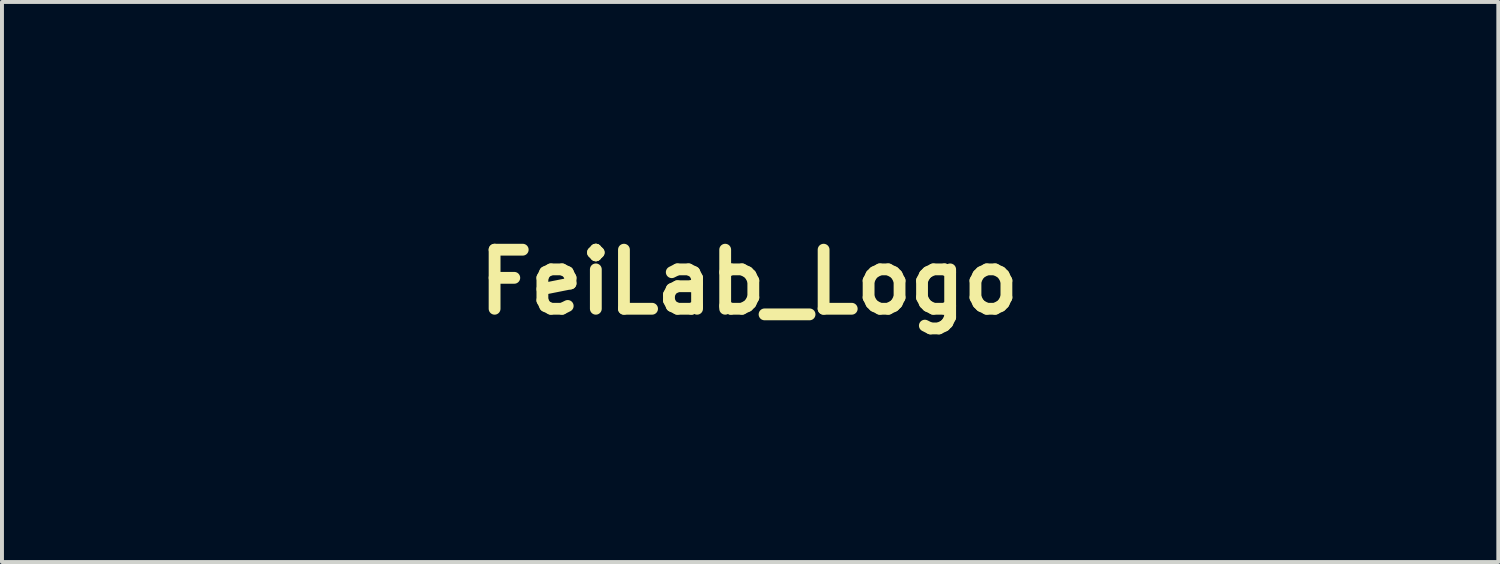
<source format=kicad_pcb>
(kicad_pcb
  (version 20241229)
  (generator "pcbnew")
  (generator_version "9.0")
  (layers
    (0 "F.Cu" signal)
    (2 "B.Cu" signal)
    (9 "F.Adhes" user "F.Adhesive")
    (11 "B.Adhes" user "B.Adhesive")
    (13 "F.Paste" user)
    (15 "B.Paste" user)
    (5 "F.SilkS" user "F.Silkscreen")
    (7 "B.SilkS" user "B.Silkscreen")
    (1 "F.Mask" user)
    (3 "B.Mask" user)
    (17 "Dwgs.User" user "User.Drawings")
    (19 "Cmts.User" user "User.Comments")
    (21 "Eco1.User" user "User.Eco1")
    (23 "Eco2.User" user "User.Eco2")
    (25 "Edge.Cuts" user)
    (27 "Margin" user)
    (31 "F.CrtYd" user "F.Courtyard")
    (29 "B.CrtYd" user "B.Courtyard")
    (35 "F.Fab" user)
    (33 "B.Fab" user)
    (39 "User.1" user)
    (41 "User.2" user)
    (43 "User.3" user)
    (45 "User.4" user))
  (footprint "FeiLab_Logo"
    (layer "F.Cu")
    (at 15.977 4.114)
    (property "Reference" "FeiLab_Logo" (at 0 0 0) (layer "F.SilkS") (effects (font (size 1.5 1.5) (thickness 0.3))))
    (attr board_only exclude_from_pos_files exclude_from_bom)
    (fp_poly (pts (xy -2.383 1.76) (xy -2.383 4.062) (xy -3.006 4.062) (xy -3.629 4.062) (xy -3.629 1.76) (xy -3.629 -0.542) (xy -3.006 -0.542) (xy -2.383 -0.542)) (stroke (width 0) (type solid)) (fill yes) (layer "F.Mask"))
    (fp_poly (pts (xy 12.37 2.91) (xy 12.376 2.926) (xy 12.369 3.043) (xy 12.284 3.141) (xy 12.169 3.227) (xy 12.115 3.232) (xy 12.111 3.153) (xy 12.119 3.101) (xy 12.169 2.935) (xy 12.238 2.841) (xy 12.31 2.829)) (stroke (width 0) (type solid)) (fill yes) (layer "F.Mask"))
    (fp_poly (pts (xy -1.408 1.516) (xy -1.408 3.52) (xy -0.298 3.52) (xy 0.812 3.52) (xy 0.812 3.761) (xy 0.804 3.909) (xy 0.783 4.004) (xy 0.772 4.018) (xy 0.709 4.022) (xy 0.552 4.025) (xy 0.317 4.026) (xy 0.019 4.025) (xy -0.327 4.023) (xy -0.636 4.02) (xy -2.004 4.006) (xy -2.004 1.759) (xy -2.004 -0.487) (xy -1.706 -0.487) (xy -1.408 -0.487)) (stroke (width 0) (type solid)) (fill yes) (layer "F.Mask"))
    (fp_poly (pts (xy 9.524 2.971) (xy 9.558 3.083) (xy 9.559 3.086) (xy 9.599 3.211) (xy 9.644 3.279) (xy 9.68 3.35) (xy 9.694 3.473) (xy 9.714 3.631) (xy 9.753 3.745) (xy 9.793 3.85) (xy 9.76 3.874) (xy 9.656 3.818) (xy 9.655 3.817) (xy 9.523 3.688) (xy 9.407 3.514) (xy 9.332 3.337) (xy 9.317 3.243) (xy 9.343 3.121) (xy 9.403 3.002) (xy 9.472 2.93) (xy 9.493 2.925)) (stroke (width 0) (type solid)) (fill yes) (layer "F.Mask"))
    (fp_poly (pts (xy -12.619 0.068) (xy -12.619 0.677) (xy -13.648 0.661) (xy -14.677 0.645) (xy -14.677 0.891) (xy -14.677 1.137) (xy -13.783 1.137) (xy -12.89 1.137) (xy -12.89 1.733) (xy -12.89 2.329) (xy -13.783 2.329) (xy -14.677 2.329) (xy -14.677 2.667) (xy -14.681 2.879) (xy -14.691 3.152) (xy -14.706 3.436) (xy -14.712 3.534) (xy -14.747 4.062) (xy -15.362 4.062) (xy -15.977 4.062) (xy -15.977 1.76) (xy -15.977 -0.542) (xy -14.298 -0.542) (xy -12.619 -0.542)) (stroke (width 0) (type solid)) (fill yes) (layer "F.Mask"))
    (fp_poly (pts (xy -4.17 0.054) (xy -4.17 0.65) (xy -5.307 0.65) (xy -6.445 0.65) (xy -6.445 0.894) (xy -6.445 1.137) (xy -5.389 1.137) (xy -4.333 1.137) (xy -4.333 1.733) (xy -4.333 2.329) (xy -5.389 2.329) (xy -6.445 2.329) (xy -6.445 2.6) (xy -6.445 2.87) (xy -5.253 2.87) (xy -4.062 2.87) (xy -4.062 3.466) (xy -4.062 4.062) (xy -5.876 4.062) (xy -7.69 4.062) (xy -7.69 1.76) (xy -7.69 -0.542) (xy -5.93 -0.542) (xy -4.17 -0.542)) (stroke (width 0) (type solid)) (fill yes) (layer "F.Mask"))
    (fp_poly (pts (xy 11.478 2.798) (xy 11.552 2.925) (xy 11.573 3.036) (xy 11.571 3.044) (xy 11.574 3.141) (xy 11.599 3.174) (xy 11.63 3.245) (xy 11.623 3.28) (xy 11.627 3.365) (xy 11.646 3.386) (xy 11.698 3.463) (xy 11.645 3.563) (xy 11.487 3.685) (xy 11.407 3.733) (xy 11.19 3.844) (xy 11.035 3.895) (xy 10.952 3.884) (xy 10.94 3.852) (xy 10.977 3.782) (xy 11.024 3.735) (xy 11.072 3.663) (xy 11.051 3.631) (xy 11.024 3.557) (xy 11.057 3.409) (xy 11.106 3.261) (xy 11.143 3.148) (xy 11.145 3.141) (xy 11.176 3.01) (xy 11.181 2.975) (xy 11.219 2.867) (xy 11.276 2.769) (xy 11.361 2.648)) (stroke (width 0) (type solid)) (fill yes) (layer "F.Mask"))
    (fp_poly (pts (xy 10.558 2.866) (xy 10.633 3.029) (xy 10.7 3.216) (xy 10.752 3.397) (xy 10.781 3.543) (xy 10.777 3.626) (xy 10.772 3.632) (xy 10.761 3.687) (xy 10.803 3.735) (xy 10.856 3.812) (xy 10.826 3.879) (xy 10.796 3.944) (xy 10.811 3.96) (xy 10.818 3.974) (xy 10.746 3.996) (xy 10.626 4.021) (xy 10.486 4.042) (xy 10.355 4.055) (xy 10.34 4.055) (xy 10.21 4.052) (xy 10.157 4.011) (xy 10.146 3.908) (xy 10.146 3.899) (xy 10.16 3.785) (xy 10.196 3.737) (xy 10.197 3.737) (xy 10.223 3.693) (xy 10.214 3.605) (xy 10.209 3.492) (xy 10.238 3.438) (xy 10.27 3.365) (xy 10.261 3.299) (xy 10.259 3.214) (xy 10.29 3.195) (xy 10.328 3.154) (xy 10.322 3.101) (xy 10.332 2.992) (xy 10.393 2.875) (xy 10.493 2.744)) (stroke (width 0) (type solid)) (fill yes) (layer "F.Mask"))
    (fp_poly (pts (xy -10.791 -0.532) (xy -10.371 -0.525) (xy -10.045 -0.517) (xy -9.796 -0.508) (xy -9.609 -0.496) (xy -9.469 -0.479) (xy -9.361 -0.456) (xy -9.269 -0.426) (xy -9.18 -0.388) (xy -8.991 -0.288) (xy -8.819 -0.172) (xy -8.755 -0.119) (xy -8.533 0.163) (xy -8.392 0.493) (xy -8.335 0.851) (xy -8.361 1.212) (xy -8.47 1.557) (xy -8.665 1.861) (xy -8.702 1.903) (xy -8.836 2.045) (xy -8.677 2.363) (xy -8.582 2.571) (xy -8.477 2.833) (xy -8.382 3.096) (xy -8.367 3.141) (xy -8.285 3.383) (xy -8.201 3.615) (xy -8.132 3.797) (xy -8.117 3.832) (xy -8.019 4.062) (xy -8.715 4.062) (xy -9.412 4.062) (xy -9.448 3.913) (xy -9.506 3.709) (xy -9.59 3.465) (xy -9.688 3.208) (xy -9.79 2.962) (xy -9.886 2.753) (xy -9.965 2.607) (xy -10.001 2.559) (xy -10.084 2.493) (xy -10.188 2.455) (xy -10.344 2.44) (xy -10.504 2.437) (xy -10.886 2.437) (xy -10.886 3.249) (xy -10.886 4.062) (xy -11.509 4.062) (xy -12.131 4.062) (xy -12.131 1.755) (xy -12.131 0.948) (xy -10.886 0.948) (xy -10.886 1.246) (xy -10.412 1.24) (xy -10.179 1.234) (xy -9.973 1.22) (xy -9.83 1.203) (xy -9.803 1.197) (xy -9.709 1.15) (xy -9.663 1.053) (xy -9.65 0.951) (xy -9.656 0.785) (xy -9.704 0.697) (xy -9.786 0.678) (xy -9.949 0.662) (xy -10.168 0.653) (xy -10.331 0.651) (xy -10.886 0.65) (xy -10.886 0.948) (xy -12.131 0.948) (xy -12.131 -0.553)) (stroke (width 0) (type solid)) (fill yes) (layer "F.Mask"))
    (fp_poly (pts (xy 3.067 0.67) (xy 3.432 0.745) (xy 3.721 0.893) (xy 3.931 1.112) (xy 4.059 1.393) (xy 4.076 1.509) (xy 4.091 1.715) (xy 4.103 1.993) (xy 4.111 2.326) (xy 4.115 2.694) (xy 4.116 2.816) (xy 4.116 4.035) (xy 3.845 4.035) (xy 3.685 4.031) (xy 3.605 4.009) (xy 3.577 3.953) (xy 3.574 3.886) (xy 3.57 3.785) (xy 3.542 3.748) (xy 3.468 3.772) (xy 3.327 3.857) (xy 3.312 3.867) (xy 2.99 4.017) (xy 2.627 4.1) (xy 2.261 4.111) (xy 1.991 4.062) (xy 1.763 3.964) (xy 1.556 3.826) (xy 1.408 3.672) (xy 1.38 3.626) (xy 1.319 3.428) (xy 1.3 3.18) (xy 1.306 3.111) (xy 1.876 3.111) (xy 1.913 3.331) (xy 2.017 3.487) (xy 2.198 3.591) (xy 2.434 3.64) (xy 2.705 3.632) (xy 2.991 3.563) (xy 3.122 3.509) (xy 3.326 3.4) (xy 3.45 3.284) (xy 3.513 3.131) (xy 3.534 2.91) (xy 3.534 2.831) (xy 3.534 2.464) (xy 3.053 2.476) (xy 2.641 2.512) (xy 2.314 2.596) (xy 2.075 2.726) (xy 1.927 2.899) (xy 1.876 3.111) (xy 1.306 3.111) (xy 1.321 2.928) (xy 1.38 2.719) (xy 1.404 2.674) (xy 1.583 2.453) (xy 1.827 2.282) (xy 2.146 2.155) (xy 2.55 2.069) (xy 3.024 2.021) (xy 3.584 1.987) (xy 3.547 1.738) (xy 3.513 1.564) (xy 3.471 1.424) (xy 3.456 1.39) (xy 3.341 1.277) (xy 3.149 1.195) (xy 2.911 1.148) (xy 2.655 1.141) (xy 2.41 1.179) (xy 2.302 1.215) (xy 2.113 1.351) (xy 2.02 1.494) (xy 1.955 1.614) (xy 1.885 1.673) (xy 1.773 1.693) (xy 1.652 1.694) (xy 1.381 1.692) (xy 1.396 1.513) (xy 1.47 1.247) (xy 1.637 1.025) (xy 1.893 0.852) (xy 2.23 0.731) (xy 2.631 0.669)) (stroke (width 0) (type solid)) (fill yes) (layer "F.Mask"))
    (fp_poly (pts (xy 5.578 0.298) (xy 5.58 0.576) (xy 5.586 0.81) (xy 5.595 0.982) (xy 5.606 1.074) (xy 5.611 1.083) (xy 5.669 1.051) (xy 5.775 0.972) (xy 5.814 0.94) (xy 6.103 0.748) (xy 6.4 0.661) (xy 6.722 0.675) (xy 6.945 0.735) (xy 7.251 0.894) (xy 7.505 1.136) (xy 7.7 1.447) (xy 7.83 1.812) (xy 7.887 2.215) (xy 7.864 2.642) (xy 7.853 2.709) (xy 7.736 3.151) (xy 7.557 3.52) (xy 7.323 3.807) (xy 7.038 4.004) (xy 7.014 4.015) (xy 6.81 4.075) (xy 6.556 4.107) (xy 6.296 4.108) (xy 6.077 4.077) (xy 6.019 4.058) (xy 5.884 3.99) (xy 5.737 3.897) (xy 5.735 3.895) (xy 5.631 3.825) (xy 5.587 3.816) (xy 5.578 3.87) (xy 5.578 3.89) (xy 5.561 3.956) (xy 5.493 3.993) (xy 5.349 4.013) (xy 5.303 4.016) (xy 5.142 4.023) (xy 5.032 4.019) (xy 5.005 4.012) (xy 5 3.955) (xy 4.996 3.801) (xy 4.992 3.561) (xy 4.988 3.248) (xy 4.986 2.871) (xy 4.984 2.444) (xy 4.984 2.437) (xy 5.578 2.437) (xy 5.581 2.717) (xy 5.587 2.963) (xy 5.597 3.152) (xy 5.609 3.262) (xy 5.612 3.274) (xy 5.685 3.356) (xy 5.829 3.453) (xy 6.011 3.545) (xy 6.199 3.616) (xy 6.255 3.631) (xy 6.521 3.643) (xy 6.802 3.556) (xy 6.832 3.541) (xy 6.94 3.45) (xy 7.053 3.299) (xy 7.103 3.21) (xy 7.161 3.078) (xy 7.198 2.946) (xy 7.22 2.785) (xy 7.229 2.566) (xy 7.23 2.356) (xy 7.228 2.084) (xy 7.218 1.893) (xy 7.195 1.755) (xy 7.156 1.641) (xy 7.095 1.525) (xy 7.095 1.525) (xy 6.916 1.296) (xy 6.698 1.168) (xy 6.444 1.142) (xy 6.155 1.218) (xy 6.084 1.25) (xy 5.908 1.357) (xy 5.751 1.486) (xy 5.715 1.525) (xy 5.66 1.595) (xy 5.623 1.666) (xy 5.599 1.758) (xy 5.585 1.894) (xy 5.58 2.093) (xy 5.578 2.376) (xy 5.578 2.437) (xy 4.984 2.437) (xy 4.983 1.977) (xy 4.983 1.751) (xy 4.983 -0.487) (xy 5.28 -0.487) (xy 5.578 -0.487)) (stroke (width 0) (type solid)) (fill yes) (layer "F.Mask"))
    (fp_poly (pts (xy 8.571 -4.111) (xy 9.107 -4.104) (xy 9.595 -4.095) (xy 10.018 -4.082) (xy 10.355 -4.065) (xy 10.425 -4.06) (xy 11.429 -3.969) (xy 12.34 -3.846) (xy 13.158 -3.694) (xy 13.879 -3.512) (xy 14.503 -3.3) (xy 15.027 -3.061) (xy 15.449 -2.793) (xy 15.597 -2.671) (xy 15.811 -2.452) (xy 15.943 -2.238) (xy 16.012 -1.992) (xy 16.031 -1.681) (xy 16.023 -1.489) (xy 15.996 -1.311) (xy 15.94 -1.134) (xy 15.85 -0.941) (xy 15.718 -0.72) (xy 15.535 -0.455) (xy 15.296 -0.133) (xy 15.08 0.147) (xy 14.738 0.581) (xy 14.443 0.944) (xy 14.198 1.233) (xy 14.007 1.443) (xy 13.871 1.572) (xy 13.793 1.617) (xy 13.781 1.613) (xy 13.777 1.545) (xy 13.806 1.495) (xy 13.841 1.415) (xy 13.812 1.306) (xy 13.786 1.25) (xy 13.723 1.089) (xy 13.675 0.892) (xy 13.667 0.84) (xy 13.64 0.695) (xy 13.612 0.608) (xy 13.6 0.597) (xy 13.565 0.645) (xy 13.515 0.769) (xy 13.459 0.938) (xy 13.406 1.122) (xy 13.364 1.291) (xy 13.344 1.414) (xy 13.347 1.457) (xy 13.347 1.538) (xy 13.303 1.665) (xy 13.291 1.687) (xy 13.236 1.825) (xy 13.244 1.924) (xy 13.264 1.963) (xy 13.296 2.052) (xy 13.266 2.156) (xy 13.216 2.245) (xy 13.095 2.423) (xy 13.005 2.505) (xy 12.939 2.497) (xy 12.892 2.416) (xy 12.861 2.287) (xy 12.866 2.203) (xy 12.869 2.102) (xy 12.839 1.986) (xy 12.809 1.883) (xy 12.84 1.845) (xy 12.895 1.841) (xy 13.007 1.841) (xy 12.894 1.659) (xy 12.809 1.481) (xy 12.784 1.336) (xy 12.824 1.245) (xy 12.848 1.232) (xy 12.886 1.194) (xy 12.865 1.104) (xy 12.842 1.052) (xy 12.803 0.924) (xy 12.773 0.748) (xy 12.754 0.556) (xy 12.749 0.381) (xy 12.76 0.256) (xy 12.779 0.217) (xy 12.785 0.157) (xy 12.765 0.026) (xy 12.726 -0.151) (xy 12.674 -0.345) (xy 12.618 -0.531) (xy 12.565 -0.681) (xy 12.522 -0.769) (xy 12.503 -0.781) (xy 12.468 -0.711) (xy 12.456 -0.604) (xy 12.431 -0.461) (xy 12.37 -0.289) (xy 12.348 -0.245) (xy 12.285 -0.094) (xy 12.286 -0.011) (xy 12.303 0.005) (xy 12.326 0.064) (xy 12.299 0.191) (xy 12.242 0.347) (xy 12.174 0.531) (xy 12.154 0.646) (xy 12.176 0.719) (xy 12.183 0.728) (xy 12.214 0.801) (xy 12.195 0.909) (xy 12.138 1.053) (xy 12.085 1.193) (xy 12.069 1.282) (xy 12.08 1.3) (xy 12.126 1.342) (xy 12.127 1.446) (xy 12.088 1.578) (xy 12.016 1.703) (xy 11.942 1.825) (xy 11.955 1.903) (xy 11.958 1.906) (xy 11.974 1.981) (xy 11.916 2.111) (xy 11.877 2.173) (xy 11.784 2.298) (xy 11.71 2.373) (xy 11.688 2.383) (xy 11.62 2.348) (xy 11.518 2.262) (xy 11.503 2.247) (xy 11.414 2.127) (xy 11.412 2.041) (xy 11.497 2.004) (xy 11.511 2.004) (xy 11.548 1.983) (xy 11.536 1.908) (xy 11.471 1.761) (xy 11.467 1.752) (xy 11.399 1.594) (xy 11.386 1.508) (xy 11.416 1.475) (xy 11.454 1.438) (xy 11.423 1.355) (xy 11.398 1.315) (xy 11.336 1.146) (xy 11.338 1.037) (xy 11.34 0.884) (xy 11.305 0.717) (xy 11.304 0.715) (xy 11.269 0.584) (xy 11.286 0.514) (xy 11.315 0.49) (xy 11.348 0.445) (xy 11.333 0.362) (xy 11.262 0.218) (xy 11.245 0.188) (xy 11.156 0.027) (xy 11.115 -0.062) (xy 11.118 -0.1) (xy 11.162 -0.108) (xy 11.19 -0.108) (xy 11.252 -0.142) (xy 11.247 -0.203) (xy 11.214 -0.303) (xy 11.159 -0.467) (xy 11.106 -0.623) (xy 11.04 -0.825) (xy 10.986 -1.01) (xy 10.961 -1.11) (xy 10.94 -1.188) (xy 10.918 -1.201) (xy 10.884 -1.138) (xy 10.83 -0.987) (xy 10.807 -0.921) (xy 10.728 -0.702) (xy 10.644 -0.493) (xy 10.585 -0.362) (xy 10.525 -0.211) (xy 10.531 -0.131) (xy 10.544 -0.119) (xy 10.565 -0.056) (xy 10.533 0.082) (xy 10.475 0.239) (xy 10.395 0.441) (xy 10.356 0.564) (xy 10.356 0.626) (xy 10.392 0.648) (xy 10.425 0.65) (xy 10.48 0.653) (xy 10.499 0.679) (xy 10.48 0.752) (xy 10.421 0.895) (xy 10.402 0.939) (xy 10.343 1.089) (xy 10.331 1.169) (xy 10.364 1.208) (xy 10.377 1.213) (xy 10.419 1.247) (xy 10.411 1.317) (xy 10.35 1.45) (xy 10.346 1.459) (xy 10.27 1.614) (xy 10.243 1.696) (xy 10.262 1.728) (xy 10.317 1.733) (xy 10.385 1.757) (xy 10.387 1.839) (xy 10.323 1.992) (xy 10.31 2.018) (xy 10.258 2.148) (xy 10.277 2.207) (xy 10.283 2.209) (xy 10.341 2.27) (xy 10.311 2.372) (xy 10.219 2.482) (xy 10.083 2.583) (xy 9.994 2.589) (xy 9.957 2.5) (xy 9.962 2.392) (xy 9.938 2.292) (xy 9.908 2.244) (xy 9.873 2.179) (xy 9.904 2.166) (xy 9.958 2.125) (xy 9.947 2.004) (xy 9.872 1.813) (xy 9.818 1.679) (xy 9.819 1.606) (xy 9.85 1.575) (xy 9.884 1.526) (xy 9.866 1.436) (xy 9.808 1.31) (xy 9.745 1.162) (xy 9.719 1.047) (xy 9.722 1.019) (xy 9.723 0.94) (xy 9.7 0.807) (xy 9.662 0.647) (xy 9.616 0.49) (xy 9.571 0.365) (xy 9.535 0.3) (xy 9.521 0.301) (xy 9.476 0.404) (xy 9.425 0.554) (xy 9.377 0.718) (xy 9.342 0.86) (xy 9.33 0.947) (xy 9.334 0.957) (xy 9.332 1.02) (xy 9.296 1.149) (xy 9.259 1.252) (xy 9.21 1.398) (xy 9.195 1.495) (xy 9.208 1.516) (xy 9.256 1.557) (xy 9.247 1.66) (xy 9.186 1.796) (xy 9.17 1.821) (xy 9.115 1.932) (xy 9.136 1.993) (xy 9.144 1.999) (xy 9.18 2.053) (xy 9.164 2.161) (xy 9.144 2.221) (xy 9.109 2.353) (xy 9.124 2.415) (xy 9.144 2.425) (xy 9.199 2.49) (xy 9.196 2.597) (xy 9.139 2.697) (xy 9.131 2.704) (xy 9.079 2.727) (xy 9.046 2.674) (xy 9.025 2.561) (xy 9.003 2.389) (xy 8.978 2.17) (xy 8.963 2.031) (xy 8.911 1.601) (xy 8.846 1.198) (xy 8.771 0.842) (xy 8.692 0.556) (xy 8.632 0.399) (xy 8.388 0.006) (xy 8.05 -0.346) (xy 7.707 -0.599) (xy 7.405 -0.775) (xy 7.088 -0.933) (xy 6.748 -1.072) (xy 6.375 -1.194) (xy 5.964 -1.301) (xy 5.506 -1.393) (xy 4.992 -1.472) (xy 4.416 -1.539) (xy 3.769 -1.595) (xy 3.044 -1.642) (xy 2.233 -1.68) (xy 1.328 -1.712) (xy 0.514 -1.733) (xy -0.099 -1.748) (xy -0.614 -1.765) (xy -1.042 -1.783) (xy -1.393 -1.805) (xy -1.678 -1.832) (xy -1.908 -1.863) (xy -2.093 -1.902) (xy -2.243 -1.948) (xy -2.369 -2.002) (xy -2.44 -2.041) (xy -2.596 -2.179) (xy -2.651 -2.342) (xy -2.605 -2.517) (xy -2.46 -2.693) (xy -2.375 -2.762) (xy -2.125 -2.904) (xy -1.773 -3.045) (xy -1.327 -3.183) (xy -0.793 -3.317) (xy -0.179 -3.446) (xy 0.51 -3.568) (xy 1.266 -3.684) (xy 2.083 -3.79) (xy 2.952 -3.886) (xy 3.869 -3.972) (xy 4.825 -4.045) (xy 5.063 -4.06) (xy 5.407 -4.078) (xy 5.835 -4.092) (xy 6.327 -4.102) (xy 6.866 -4.109) (xy 7.432 -4.113) (xy 8.006 -4.114)) (stroke (width 0) (type solid)) (fill yes) (layer "F.Mask")))
  (gr_rect
    (start -3 -3)
    (end 35.007 11.225)
    (stroke (width 0.1) (type default))
    (fill no)
    (layer "Edge.Cuts")))
</source>
